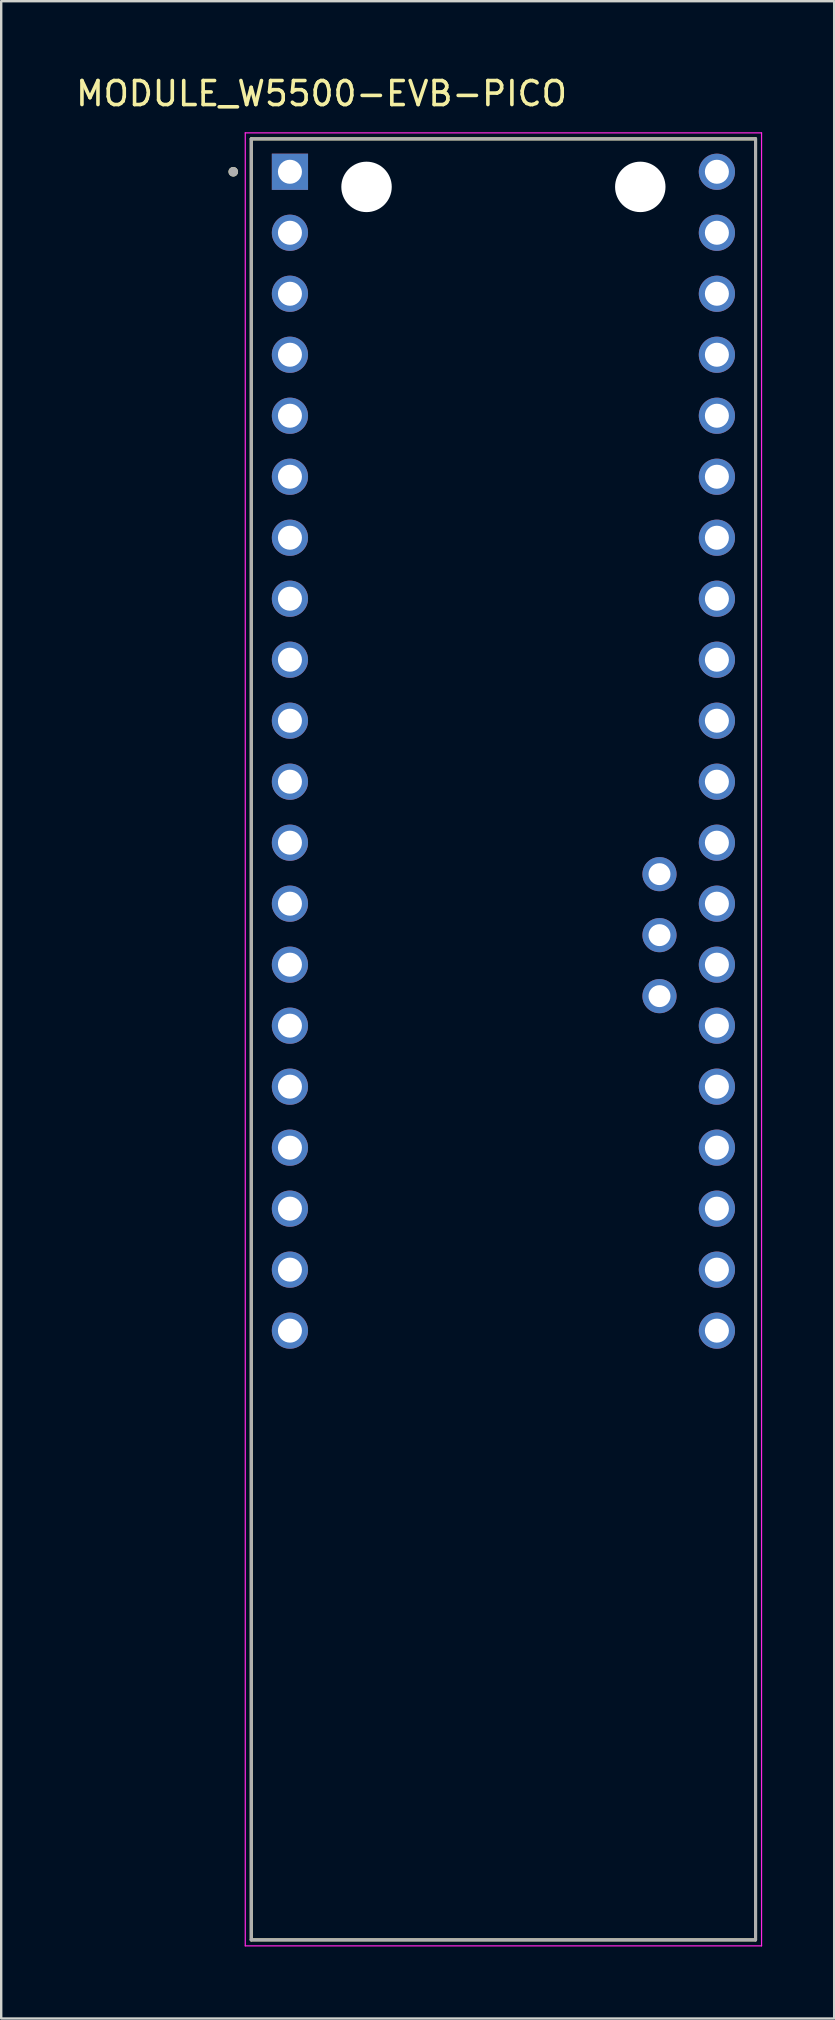
<source format=kicad_pcb>
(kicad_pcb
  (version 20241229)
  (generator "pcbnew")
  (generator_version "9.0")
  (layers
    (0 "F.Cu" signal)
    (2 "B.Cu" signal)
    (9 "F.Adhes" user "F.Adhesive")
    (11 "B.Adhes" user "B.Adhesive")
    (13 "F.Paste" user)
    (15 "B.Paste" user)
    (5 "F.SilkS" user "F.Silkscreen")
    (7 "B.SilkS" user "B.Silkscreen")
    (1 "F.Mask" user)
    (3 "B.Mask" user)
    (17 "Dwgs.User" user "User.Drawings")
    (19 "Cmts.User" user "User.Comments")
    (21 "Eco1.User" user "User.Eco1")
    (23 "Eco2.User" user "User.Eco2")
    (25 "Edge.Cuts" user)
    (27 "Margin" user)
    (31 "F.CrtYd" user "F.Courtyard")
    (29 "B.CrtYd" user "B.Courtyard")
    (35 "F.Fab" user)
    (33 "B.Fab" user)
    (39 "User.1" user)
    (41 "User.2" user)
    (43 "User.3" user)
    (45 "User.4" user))
  (footprint "MODULE_W5500-EVB-PICO"
    (layer "F.Cu")
    (at 17.914 40.233)
    (property "Reference" "MODULE_W5500-EVB-PICO" (at -7.575 -39.385 0) (layer "F.SilkS") (effects (font (size 1 1) (thickness 0.15))))
    (attr through_hole)
    (fp_line (start -10.5 -37.5) (end 10.5 -37.5) (stroke (width 0.127) (type solid)) (layer "F.SilkS"))
    (fp_line (start -10.5 37.5) (end -10.5 -37.5) (stroke (width 0.127) (type solid)) (layer "F.SilkS"))
    (fp_line (start 10.5 -37.5) (end 10.5 37.5) (stroke (width 0.127) (type solid)) (layer "F.SilkS"))
    (fp_line (start 10.5 37.5) (end -10.5 37.5) (stroke (width 0.127) (type solid)) (layer "F.SilkS"))
    (fp_circle (center -11.25 -36.13) (end -11.15 -36.13) (stroke (width 0.2) (type solid)) (fill no) (layer "F.SilkS"))
    (fp_line (start -10.75 -37.75) (end -10.75 37.75) (stroke (width 0.05) (type solid)) (layer "F.CrtYd"))
    (fp_line (start -10.75 37.75) (end 10.75 37.75) (stroke (width 0.05) (type solid)) (layer "F.CrtYd"))
    (fp_line (start 10.75 -37.75) (end -10.75 -37.75) (stroke (width 0.05) (type solid)) (layer "F.CrtYd"))
    (fp_line (start 10.75 37.75) (end 10.75 -37.75) (stroke (width 0.05) (type solid)) (layer "F.CrtYd"))
    (fp_line (start -10.5 -37.5) (end 10.5 -37.5) (stroke (width 0.127) (type solid)) (layer "F.Fab"))
    (fp_line (start -10.5 37.5) (end -10.5 -37.5) (stroke (width 0.127) (type solid)) (layer "F.Fab"))
    (fp_line (start 10.5 -37.5) (end 10.5 37.5) (stroke (width 0.127) (type solid)) (layer "F.Fab"))
    (fp_line (start 10.5 37.5) (end -10.5 37.5) (stroke (width 0.127) (type solid)) (layer "F.Fab"))
    (fp_circle (center -11.25 -36.13) (end -11.15 -36.13) (stroke (width 0.2) (type solid)) (fill no) (layer "F.Fab"))
    (pad "" np_thru_hole circle (at -5.7 -35.5) (size 2.1 2.1) (drill 2.1) (layers "*.Cu" "*.Mask"))
    (pad "" np_thru_hole circle (at 5.7 -35.5) (size 2.1 2.1) (drill 2.1) (layers "*.Cu" "*.Mask"))
    (pad "1" thru_hole rect (at -8.89 -36.13) (size 1.508 1.508) (drill 1) (layers "*.Cu" "*.Mask"))
    (pad "2" thru_hole circle (at -8.89 -33.59) (size 1.508 1.508) (drill 1) (layers "*.Cu" "*.Mask"))
    (pad "3" thru_hole circle (at -8.89 -31.05) (size 1.508 1.508) (drill 1) (layers "*.Cu" "*.Mask"))
    (pad "4" thru_hole circle (at -8.89 -28.51) (size 1.508 1.508) (drill 1) (layers "*.Cu" "*.Mask"))
    (pad "5" thru_hole circle (at -8.89 -25.97) (size 1.508 1.508) (drill 1) (layers "*.Cu" "*.Mask"))
    (pad "6" thru_hole circle (at -8.89 -23.43) (size 1.508 1.508) (drill 1) (layers "*.Cu" "*.Mask"))
    (pad "7" thru_hole circle (at -8.89 -20.89) (size 1.508 1.508) (drill 1) (layers "*.Cu" "*.Mask"))
    (pad "8" thru_hole circle (at -8.89 -18.35) (size 1.508 1.508) (drill 1) (layers "*.Cu" "*.Mask"))
    (pad "9" thru_hole circle (at -8.89 -15.81) (size 1.508 1.508) (drill 1) (layers "*.Cu" "*.Mask"))
    (pad "10" thru_hole circle (at -8.89 -13.27) (size 1.508 1.508) (drill 1) (layers "*.Cu" "*.Mask"))
    (pad "11" thru_hole circle (at -8.89 -10.73) (size 1.508 1.508) (drill 1) (layers "*.Cu" "*.Mask"))
    (pad "12" thru_hole circle (at -8.89 -8.19) (size 1.508 1.508) (drill 1) (layers "*.Cu" "*.Mask"))
    (pad "13" thru_hole circle (at -8.89 -5.65) (size 1.508 1.508) (drill 1) (layers "*.Cu" "*.Mask"))
    (pad "14" thru_hole circle (at -8.89 -3.11) (size 1.508 1.508) (drill 1) (layers "*.Cu" "*.Mask"))
    (pad "15" thru_hole circle (at -8.89 -0.57) (size 1.508 1.508) (drill 1) (layers "*.Cu" "*.Mask"))
    (pad "16" thru_hole circle (at -8.89 1.97) (size 1.508 1.508) (drill 1) (layers "*.Cu" "*.Mask"))
    (pad "17" thru_hole circle (at -8.89 4.51) (size 1.508 1.508) (drill 1) (layers "*.Cu" "*.Mask"))
    (pad "18" thru_hole circle (at -8.89 7.05) (size 1.508 1.508) (drill 1) (layers "*.Cu" "*.Mask"))
    (pad "19" thru_hole circle (at -8.89 9.59) (size 1.508 1.508) (drill 1) (layers "*.Cu" "*.Mask"))
    (pad "20" thru_hole circle (at -8.89 12.13) (size 1.508 1.508) (drill 1) (layers "*.Cu" "*.Mask"))
    (pad "21" thru_hole circle (at 8.89 12.13) (size 1.508 1.508) (drill 1) (layers "*.Cu" "*.Mask"))
    (pad "22" thru_hole circle (at 8.89 9.59) (size 1.508 1.508) (drill 1) (layers "*.Cu" "*.Mask"))
    (pad "23" thru_hole circle (at 8.89 7.05) (size 1.508 1.508) (drill 1) (layers "*.Cu" "*.Mask"))
    (pad "24" thru_hole circle (at 8.89 4.51) (size 1.508 1.508) (drill 1) (layers "*.Cu" "*.Mask"))
    (pad "25" thru_hole circle (at 8.89 1.97) (size 1.508 1.508) (drill 1) (layers "*.Cu" "*.Mask"))
    (pad "26" thru_hole circle (at 8.89 -0.57) (size 1.508 1.508) (drill 1) (layers "*.Cu" "*.Mask"))
    (pad "27" thru_hole circle (at 8.89 -3.11) (size 1.508 1.508) (drill 1) (layers "*.Cu" "*.Mask"))
    (pad "28" thru_hole circle (at 8.89 -5.65) (size 1.508 1.508) (drill 1) (layers "*.Cu" "*.Mask"))
    (pad "29" thru_hole circle (at 8.89 -8.19) (size 1.508 1.508) (drill 1) (layers "*.Cu" "*.Mask"))
    (pad "30" thru_hole circle (at 8.89 -10.73) (size 1.508 1.508) (drill 1) (layers "*.Cu" "*.Mask"))
    (pad "31" thru_hole circle (at 8.89 -13.27) (size 1.508 1.508) (drill 1) (layers "*.Cu" "*.Mask"))
    (pad "32" thru_hole circle (at 8.89 -15.81) (size 1.508 1.508) (drill 1) (layers "*.Cu" "*.Mask"))
    (pad "33" thru_hole circle (at 8.89 -18.35) (size 1.508 1.508) (drill 1) (layers "*.Cu" "*.Mask"))
    (pad "34" thru_hole circle (at 8.89 -20.89) (size 1.508 1.508) (drill 1) (layers "*.Cu" "*.Mask"))
    (pad "35" thru_hole circle (at 8.89 -23.43) (size 1.508 1.508) (drill 1) (layers "*.Cu" "*.Mask"))
    (pad "36" thru_hole circle (at 8.89 -25.97) (size 1.508 1.508) (drill 1) (layers "*.Cu" "*.Mask"))
    (pad "37" thru_hole circle (at 8.89 -28.51) (size 1.508 1.508) (drill 1) (layers "*.Cu" "*.Mask"))
    (pad "38" thru_hole circle (at 8.89 -31.05) (size 1.508 1.508) (drill 1) (layers "*.Cu" "*.Mask"))
    (pad "39" thru_hole circle (at 8.89 -33.59) (size 1.508 1.508) (drill 1) (layers "*.Cu" "*.Mask"))
    (pad "40" thru_hole circle (at 8.89 -36.13) (size 1.508 1.508) (drill 1) (layers "*.Cu" "*.Mask"))
    (pad "41" thru_hole circle (at 6.5 -1.8) (size 1.422 1.422) (drill 0.914) (layers "*.Cu" "*.Mask"))
    (pad "42" thru_hole circle (at 6.5 -4.34) (size 1.422 1.422) (drill 0.914) (layers "*.Cu" "*.Mask"))
    (pad "43" thru_hole circle (at 6.5 -6.88) (size 1.422 1.422) (drill 0.914) (layers "*.Cu" "*.Mask")))
  (gr_rect
    (start -3 -3)
    (end 31.689 81.008)
    (stroke (width 0.1) (type default))
    (fill no)
    (layer "Edge.Cuts")))
</source>
